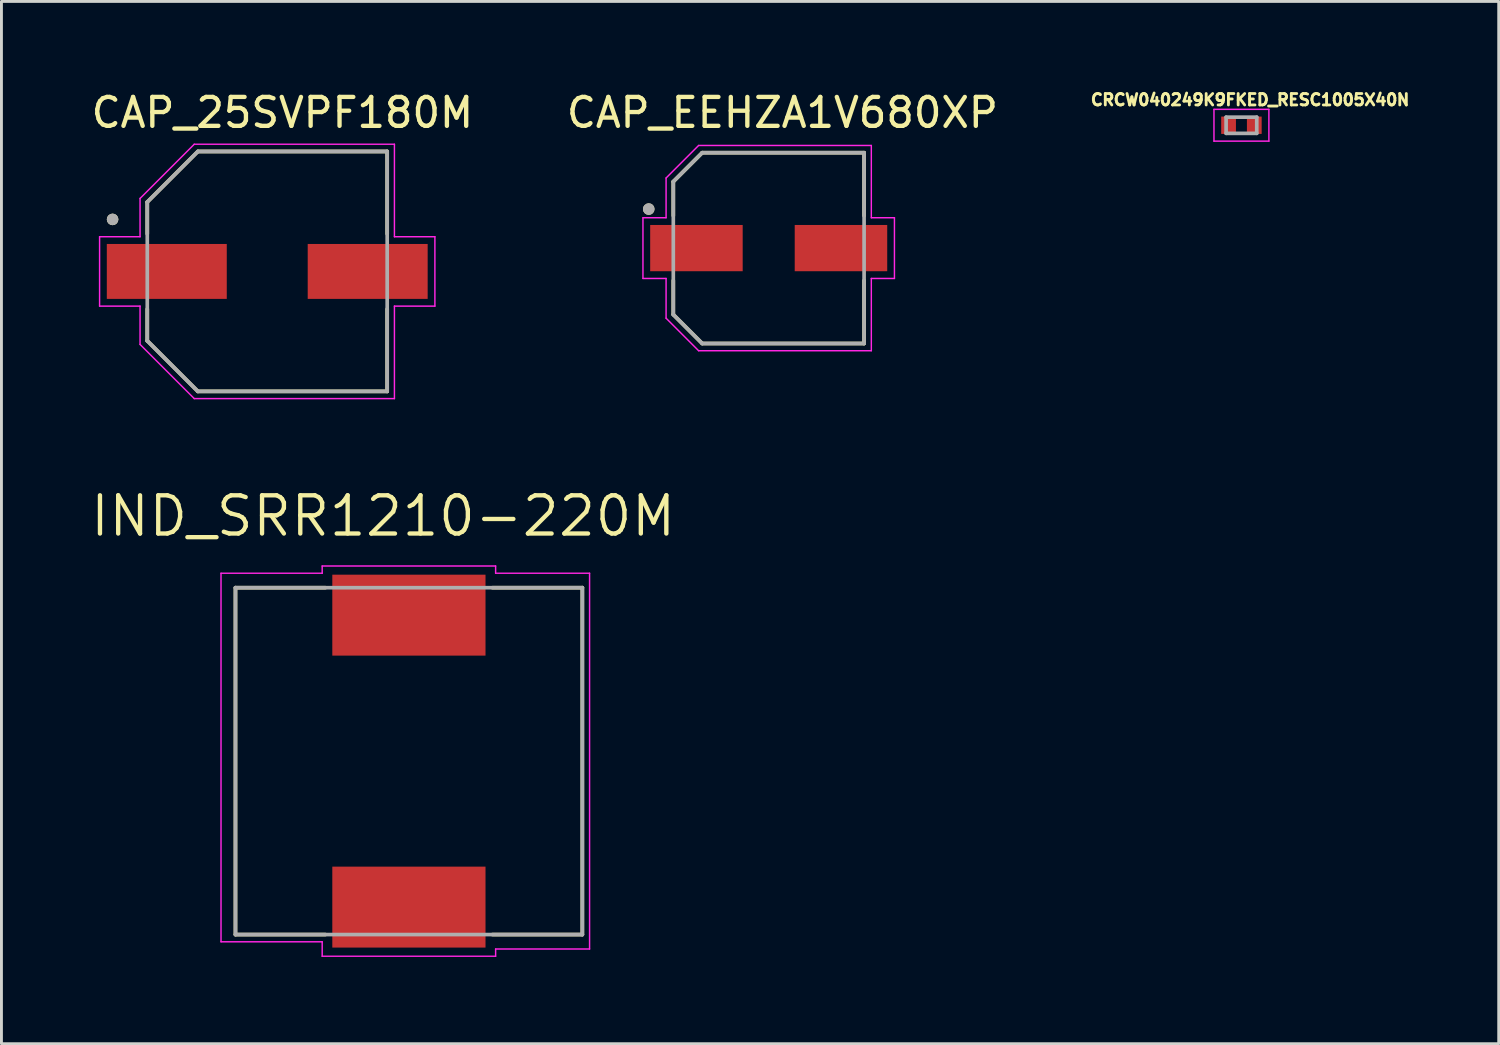
<source format=kicad_pcb>
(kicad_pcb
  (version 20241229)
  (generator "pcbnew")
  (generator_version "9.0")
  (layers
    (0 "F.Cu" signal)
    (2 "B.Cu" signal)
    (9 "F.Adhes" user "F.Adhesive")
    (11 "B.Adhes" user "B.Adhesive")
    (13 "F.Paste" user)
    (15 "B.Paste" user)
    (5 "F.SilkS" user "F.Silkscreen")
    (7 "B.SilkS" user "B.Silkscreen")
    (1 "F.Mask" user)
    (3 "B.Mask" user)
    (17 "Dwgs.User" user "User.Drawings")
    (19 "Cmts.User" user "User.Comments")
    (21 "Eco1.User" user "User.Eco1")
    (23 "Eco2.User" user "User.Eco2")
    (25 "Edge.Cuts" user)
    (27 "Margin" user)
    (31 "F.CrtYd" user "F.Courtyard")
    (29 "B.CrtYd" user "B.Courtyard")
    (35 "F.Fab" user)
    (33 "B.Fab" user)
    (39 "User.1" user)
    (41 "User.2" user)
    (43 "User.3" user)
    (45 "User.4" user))
  (footprint "CAP_EEHZA1V680XP"
    (layer "F.Cu")
    (at 23.543 5.533)
    (property "Reference" "CAP_EEHZA1V680XP" (at 0.475 -4.685 0) (layer "F.SilkS") (effects (font (size 1 1) (thickness 0.15))))
    (attr smd)
    (fp_line (start -3.3 -2.3) (end -3.3 -1.12) (stroke (width 0.127) (type solid)) (layer "F.SilkS"))
    (fp_line (start -3.3 1.12) (end -3.3 2.3) (stroke (width 0.127) (type solid)) (layer "F.SilkS"))
    (fp_line (start -3.3 2.3) (end -2.3 3.3) (stroke (width 0.127) (type solid)) (layer "F.SilkS"))
    (fp_line (start -2.3 -3.3) (end -3.3 -2.3) (stroke (width 0.127) (type solid)) (layer "F.SilkS"))
    (fp_line (start -2.3 3.3) (end 3.3 3.3) (stroke (width 0.127) (type solid)) (layer "F.SilkS"))
    (fp_line (start 3.3 -3.3) (end -2.3 -3.3) (stroke (width 0.127) (type solid)) (layer "F.SilkS"))
    (fp_line (start 3.3 -1.12) (end 3.3 -3.3) (stroke (width 0.127) (type solid)) (layer "F.SilkS"))
    (fp_line (start 3.3 3.3) (end 3.3 1.12) (stroke (width 0.127) (type solid)) (layer "F.SilkS"))
    (fp_circle (center -4.15 -1.35) (end -4.05 -1.35) (stroke (width 0.2) (type solid)) (fill no) (layer "F.SilkS"))
    (fp_line (start -4.35 -1.05) (end -3.55 -1.05) (stroke (width 0.05) (type solid)) (layer "F.CrtYd"))
    (fp_line (start -4.35 1.05) (end -4.35 -1.05) (stroke (width 0.05) (type solid)) (layer "F.CrtYd"))
    (fp_line (start -3.55 -2.425) (end -2.425 -3.55) (stroke (width 0.05) (type solid)) (layer "F.CrtYd"))
    (fp_line (start -3.55 -1.05) (end -3.55 -2.425) (stroke (width 0.05) (type solid)) (layer "F.CrtYd"))
    (fp_line (start -3.55 1.05) (end -4.35 1.05) (stroke (width 0.05) (type solid)) (layer "F.CrtYd"))
    (fp_line (start -3.55 2.425) (end -3.55 1.05) (stroke (width 0.05) (type solid)) (layer "F.CrtYd"))
    (fp_line (start -2.425 -3.55) (end 3.55 -3.55) (stroke (width 0.05) (type solid)) (layer "F.CrtYd"))
    (fp_line (start -2.425 3.55) (end -3.55 2.425) (stroke (width 0.05) (type solid)) (layer "F.CrtYd"))
    (fp_line (start 3.55 -3.55) (end 3.55 -1.05) (stroke (width 0.05) (type solid)) (layer "F.CrtYd"))
    (fp_line (start 3.55 -1.05) (end 4.35 -1.05) (stroke (width 0.05) (type solid)) (layer "F.CrtYd"))
    (fp_line (start 3.55 1.05) (end 3.55 3.55) (stroke (width 0.05) (type solid)) (layer "F.CrtYd"))
    (fp_line (start 3.55 3.55) (end -2.425 3.55) (stroke (width 0.05) (type solid)) (layer "F.CrtYd"))
    (fp_line (start 4.35 -1.05) (end 4.35 1.05) (stroke (width 0.05) (type solid)) (layer "F.CrtYd"))
    (fp_line (start 4.35 1.05) (end 3.55 1.05) (stroke (width 0.05) (type solid)) (layer "F.CrtYd"))
    (fp_line (start -3.3 -2.3) (end -3.3 2.3) (stroke (width 0.127) (type solid)) (layer "F.Fab"))
    (fp_line (start -3.3 2.3) (end -2.3 3.3) (stroke (width 0.127) (type solid)) (layer "F.Fab"))
    (fp_line (start -2.3 -3.3) (end -3.3 -2.3) (stroke (width 0.127) (type solid)) (layer "F.Fab"))
    (fp_line (start -2.3 3.3) (end 3.3 3.3) (stroke (width 0.127) (type solid)) (layer "F.Fab"))
    (fp_line (start 3.3 -3.3) (end -2.3 -3.3) (stroke (width 0.127) (type solid)) (layer "F.Fab"))
    (fp_line (start 3.3 3.3) (end 3.3 -3.3) (stroke (width 0.127) (type solid)) (layer "F.Fab"))
    (fp_circle (center -4.15 -1.35) (end -4.05 -1.35) (stroke (width 0.2) (type solid)) (fill no) (layer "F.Fab"))
    (pad "1" smd rect (at -2.5 0) (size 3.2 1.6) (layers "F.Cu" "F.Mask" "F.Paste"))
    (pad "2" smd rect (at 2.5 0) (size 3.2 1.6) (layers "F.Cu" "F.Mask" "F.Paste")))
  (footprint "CAP_25SVPF180M"
    (layer "F.Cu")
    (at 6.195 6.34)
    (property "Reference" "CAP_25SVPF180M" (at 0.525 -5.492 0) (layer "F.SilkS") (effects (font (size 1 1) (thickness 0.15))))
    (attr smd)
    (fp_line (start -4.15 -2.4) (end -2.4 -4.15) (stroke (width 0.127) (type solid)) (layer "F.SilkS"))
    (fp_line (start -4.15 -1.3) (end -4.15 -2.4) (stroke (width 0.127) (type solid)) (layer "F.SilkS"))
    (fp_line (start -4.15 1.3) (end -4.15 2.4) (stroke (width 0.127) (type solid)) (layer "F.SilkS"))
    (fp_line (start -4.15 2.4) (end -2.4 4.15) (stroke (width 0.127) (type solid)) (layer "F.SilkS"))
    (fp_line (start -2.4 -4.15) (end 4.15 -4.15) (stroke (width 0.127) (type solid)) (layer "F.SilkS"))
    (fp_line (start -2.4 4.15) (end 4.15 4.15) (stroke (width 0.127) (type solid)) (layer "F.SilkS"))
    (fp_line (start 4.15 -4.15) (end 4.15 -1.3) (stroke (width 0.127) (type solid)) (layer "F.SilkS"))
    (fp_line (start 4.15 4.15) (end 4.15 1.3) (stroke (width 0.127) (type solid)) (layer "F.SilkS"))
    (fp_circle (center -5.35 -1.8) (end -5.25 -1.8) (stroke (width 0.2) (type solid)) (fill no) (layer "F.SilkS"))
    (fp_line (start -5.8 -1.2) (end -4.4 -1.2) (stroke (width 0.05) (type solid)) (layer "F.CrtYd"))
    (fp_line (start -5.8 1.2) (end -5.8 -1.2) (stroke (width 0.05) (type solid)) (layer "F.CrtYd"))
    (fp_line (start -4.4 -2.525) (end -2.525 -4.4) (stroke (width 0.05) (type solid)) (layer "F.CrtYd"))
    (fp_line (start -4.4 -1.2) (end -4.4 -2.525) (stroke (width 0.05) (type solid)) (layer "F.CrtYd"))
    (fp_line (start -4.4 1.2) (end -5.8 1.2) (stroke (width 0.05) (type solid)) (layer "F.CrtYd"))
    (fp_line (start -4.4 2.525) (end -4.4 1.2) (stroke (width 0.05) (type solid)) (layer "F.CrtYd"))
    (fp_line (start -2.525 -4.4) (end 4.4 -4.4) (stroke (width 0.05) (type solid)) (layer "F.CrtYd"))
    (fp_line (start -2.525 4.4) (end -4.4 2.525) (stroke (width 0.05) (type solid)) (layer "F.CrtYd"))
    (fp_line (start 4.4 -4.4) (end 4.4 -1.2) (stroke (width 0.05) (type solid)) (layer "F.CrtYd"))
    (fp_line (start 4.4 -1.2) (end 5.8 -1.2) (stroke (width 0.05) (type solid)) (layer "F.CrtYd"))
    (fp_line (start 4.4 1.2) (end 4.4 4.4) (stroke (width 0.05) (type solid)) (layer "F.CrtYd"))
    (fp_line (start 4.4 4.4) (end -2.525 4.4) (stroke (width 0.05) (type solid)) (layer "F.CrtYd"))
    (fp_line (start 5.8 -1.2) (end 5.8 1.2) (stroke (width 0.05) (type solid)) (layer "F.CrtYd"))
    (fp_line (start 5.8 1.2) (end 4.4 1.2) (stroke (width 0.05) (type solid)) (layer "F.CrtYd"))
    (fp_line (start -4.15 -2.4) (end -2.4 -4.15) (stroke (width 0.127) (type solid)) (layer "F.Fab"))
    (fp_line (start -4.15 2.4) (end -4.15 -2.4) (stroke (width 0.127) (type solid)) (layer "F.Fab"))
    (fp_line (start -2.4 -4.15) (end 4.15 -4.15) (stroke (width 0.127) (type solid)) (layer "F.Fab"))
    (fp_line (start -2.4 4.15) (end -4.15 2.4) (stroke (width 0.127) (type solid)) (layer "F.Fab"))
    (fp_line (start 4.15 -4.15) (end 4.15 4.15) (stroke (width 0.127) (type solid)) (layer "F.Fab"))
    (fp_line (start 4.15 4.15) (end -2.4 4.15) (stroke (width 0.127) (type solid)) (layer "F.Fab"))
    (fp_circle (center -5.35 -1.8) (end -5.25 -1.8) (stroke (width 0.2) (type solid)) (fill no) (layer "F.Fab"))
    (pad "1" smd rect (at -3.475 0) (size 4.15 1.9) (layers "F.Cu" "F.Mask" "F.Paste"))
    (pad "2" smd rect (at 3.475 0) (size 4.15 1.9) (layers "F.Cu" "F.Mask" "F.Paste")))
  (footprint "CRCW040249K9FKED_RESC1005X40N"
    (layer "F.Cu")
    (at 39.897 1.283)
    (property "Reference" "CRCW040249K9FKED_RESC1005X40N" (at 0.3 -0.88 0) (layer "F.SilkS") (effects (font (size 0.394 0.394) (thickness 0.15))))
    (attr smd)
    (fp_line (start -0.95 -0.55) (end 0.95 -0.55) (stroke (width 0.05) (type solid)) (layer "F.CrtYd"))
    (fp_line (start -0.95 0.55) (end -0.95 -0.55) (stroke (width 0.05) (type solid)) (layer "F.CrtYd"))
    (fp_line (start -0.95 0.55) (end 0.95 0.55) (stroke (width 0.05) (type solid)) (layer "F.CrtYd"))
    (fp_line (start 0.95 0.55) (end 0.95 -0.55) (stroke (width 0.05) (type solid)) (layer "F.CrtYd"))
    (fp_line (start -0.53 0.28) (end -0.53 -0.28) (stroke (width 0.127) (type solid)) (layer "F.Fab"))
    (fp_line (start 0.53 -0.28) (end -0.53 -0.28) (stroke (width 0.127) (type solid)) (layer "F.Fab"))
    (fp_line (start 0.53 0.28) (end -0.53 0.28) (stroke (width 0.127) (type solid)) (layer "F.Fab"))
    (fp_line (start 0.53 0.28) (end 0.53 -0.28) (stroke (width 0.127) (type solid)) (layer "F.Fab"))
    (pad "1" smd rect (at -0.445 0) (size 0.51 0.6) (layers "F.Cu" "F.Mask" "F.Paste"))
    (pad "2" smd rect (at 0.445 0) (size 0.51 0.6) (layers "F.Cu" "F.Mask" "F.Paste")))
  (footprint "IND_SRR1210-220M"
    (layer "F.Cu")
    (at 11.096 23.281)
    (property "Reference" "IND_SRR1210-220M" (at -0.891 -8.478 0) (layer "F.SilkS") (effects (font (size 1.323 1.323) (thickness 0.15))))
    (attr smd)
    (fp_line (start -6 -6) (end -2.89 -6) (stroke (width 0.127) (type solid)) (layer "F.SilkS"))
    (fp_line (start -6 6) (end -6 -6) (stroke (width 0.127) (type solid)) (layer "F.SilkS"))
    (fp_line (start -6 6) (end -2.89 6) (stroke (width 0.127) (type solid)) (layer "F.SilkS"))
    (fp_line (start 2.89 -6) (end 6 -6) (stroke (width 0.127) (type solid)) (layer "F.SilkS"))
    (fp_line (start 2.89 6) (end 6 6) (stroke (width 0.127) (type solid)) (layer "F.SilkS"))
    (fp_line (start 6 -6) (end 6 6) (stroke (width 0.127) (type solid)) (layer "F.SilkS"))
    (fp_line (start -6.5 -6.5) (end -3 -6.5) (stroke (width 0.05) (type solid)) (layer "F.CrtYd"))
    (fp_line (start -6.5 6.25) (end -6.5 -6.5) (stroke (width 0.05) (type solid)) (layer "F.CrtYd"))
    (fp_line (start -3 -6.75) (end 3 -6.75) (stroke (width 0.05) (type solid)) (layer "F.CrtYd"))
    (fp_line (start -3 -6.5) (end -3 -6.75) (stroke (width 0.05) (type solid)) (layer "F.CrtYd"))
    (fp_line (start -3 6.25) (end -6.5 6.25) (stroke (width 0.05) (type solid)) (layer "F.CrtYd"))
    (fp_line (start -3 6.75) (end -3 6.25) (stroke (width 0.05) (type solid)) (layer "F.CrtYd"))
    (fp_line (start 3 -6.75) (end 3 -6.5) (stroke (width 0.05) (type solid)) (layer "F.CrtYd"))
    (fp_line (start 3 -6.5) (end 6.25 -6.5) (stroke (width 0.05) (type solid)) (layer "F.CrtYd"))
    (fp_line (start 3 6.5) (end 3 6.75) (stroke (width 0.05) (type solid)) (layer "F.CrtYd"))
    (fp_line (start 3 6.75) (end -3 6.75) (stroke (width 0.05) (type solid)) (layer "F.CrtYd"))
    (fp_line (start 6.25 -6.5) (end 6.25 6.5) (stroke (width 0.05) (type solid)) (layer "F.CrtYd"))
    (fp_line (start 6.25 6.5) (end 3 6.5) (stroke (width 0.05) (type solid)) (layer "F.CrtYd"))
    (fp_line (start -6 -6) (end 6 -6) (stroke (width 0.127) (type solid)) (layer "F.Fab"))
    (fp_line (start -6 6) (end -6 -6) (stroke (width 0.127) (type solid)) (layer "F.Fab"))
    (fp_line (start 6 -6) (end 6 6) (stroke (width 0.127) (type solid)) (layer "F.Fab"))
    (fp_line (start 6 6) (end -6 6) (stroke (width 0.127) (type solid)) (layer "F.Fab"))
    (pad "1" smd rect (at 0 -5.05) (size 5.3 2.8) (layers "F.Cu" "F.Mask" "F.Paste"))
    (pad "2" smd rect (at 0 5.05) (size 5.3 2.8) (layers "F.Cu" "F.Mask" "F.Paste")))
  (gr_rect
    (start -3 -3)
    (end 48.798 33.056)
    (stroke (width 0.1) (type default))
    (fill no)
    (layer "Edge.Cuts")))
</source>
